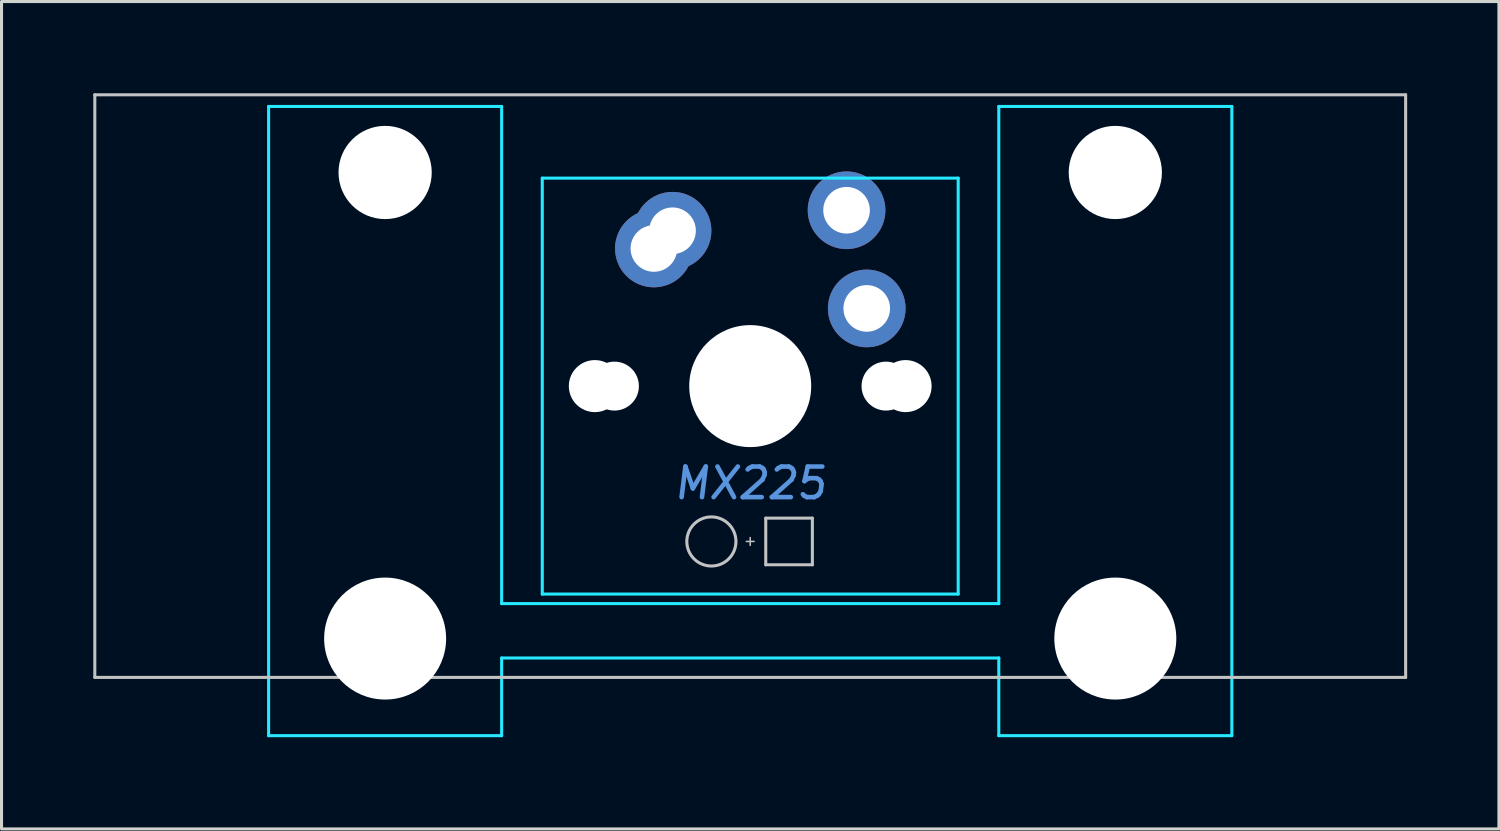
<source format=kicad_pcb>
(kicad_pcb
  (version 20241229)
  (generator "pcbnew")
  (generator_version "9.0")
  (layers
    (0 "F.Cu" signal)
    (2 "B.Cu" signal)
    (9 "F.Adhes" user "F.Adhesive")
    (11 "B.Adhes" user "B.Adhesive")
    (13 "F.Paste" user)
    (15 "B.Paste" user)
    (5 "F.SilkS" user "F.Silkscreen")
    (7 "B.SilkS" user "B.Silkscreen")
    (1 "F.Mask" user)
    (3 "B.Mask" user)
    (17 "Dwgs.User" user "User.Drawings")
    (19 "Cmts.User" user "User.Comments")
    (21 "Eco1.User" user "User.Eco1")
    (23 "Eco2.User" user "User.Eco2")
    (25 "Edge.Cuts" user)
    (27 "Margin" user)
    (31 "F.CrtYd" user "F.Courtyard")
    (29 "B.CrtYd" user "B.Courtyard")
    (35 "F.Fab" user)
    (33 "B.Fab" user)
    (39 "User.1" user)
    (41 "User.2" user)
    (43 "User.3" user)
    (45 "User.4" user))
  (footprint "MX225"
    (layer "F.Cu")
    (at 21.481 9.575)
    (property "Reference" "MX225" (at 0 3.175 0) (layer "Cmts.User") (effects (font (size 1 1) (thickness 0.15) (italic yes))))
    (attr through_hole)
    (fp_line (start -21.431 -9.525) (end -21.431 9.525) (stroke (width 0.1) (type solid)) (layer "Dwgs.User"))
    (fp_line (start -21.431 -9.525) (end 21.431 -9.525) (stroke (width 0.1) (type solid)) (layer "Dwgs.User"))
    (fp_line (start -21.431 9.525) (end 21.431 9.525) (stroke (width 0.1) (type solid)) (layer "Dwgs.User"))
    (fp_line (start -0.127 5.08) (end 0.127 5.08) (stroke (width 0.05) (type solid)) (layer "Dwgs.User"))
    (fp_line (start 0 5.207) (end 0 4.953) (stroke (width 0.05) (type solid)) (layer "Dwgs.User"))
    (fp_line (start 0.508 4.318) (end 0.508 5.842) (stroke (width 0.1) (type solid)) (layer "Dwgs.User"))
    (fp_line (start 0.508 4.318) (end 2.032 4.318) (stroke (width 0.1) (type solid)) (layer "Dwgs.User"))
    (fp_line (start 0.508 5.842) (end 2.032 5.842) (stroke (width 0.1) (type solid)) (layer "Dwgs.User"))
    (fp_line (start 2.032 5.842) (end 2.032 4.318) (stroke (width 0.1) (type solid)) (layer "Dwgs.User"))
    (fp_line (start 21.431 -9.525) (end 21.431 9.525) (stroke (width 0.1) (type solid)) (layer "Dwgs.User"))
    (fp_circle (center -1.27 5.08) (end -0.467 5.08) (stroke (width 0.1) (type solid)) (fill no) (layer "Dwgs.User"))
    (fp_line (start -17.17 -0.889) (end -17.17 -2.921) (stroke (width 0.1) (type solid)) (layer "Eco1.User"))
    (fp_line (start -16.789 -3.302) (end -16.535 -3.302) (stroke (width 0.1) (type solid)) (layer "Eco1.User"))
    (fp_line (start -16.535 -0.508) (end -16.789 -0.508) (stroke (width 0.1) (type solid)) (layer "Eco1.User"))
    (fp_line (start -16.154 -3.683) (end -16.154 -5.309) (stroke (width 0.1) (type solid)) (layer "Eco1.User"))
    (fp_line (start -16.154 6.223) (end -16.154 -0.127) (stroke (width 0.1) (type solid)) (layer "Eco1.User"))
    (fp_line (start -15.773 -5.69) (end -9.881 -5.69) (stroke (width 0.1) (type solid)) (layer "Eco1.User"))
    (fp_line (start -14.732 6.604) (end -15.773 6.604) (stroke (width 0.1) (type solid)) (layer "Eco1.User"))
    (fp_line (start -14.351 7.391) (end -14.351 6.985) (stroke (width 0.1) (type solid)) (layer "Eco1.User"))
    (fp_line (start -11.684 7.772) (end -13.97 7.772) (stroke (width 0.1) (type solid)) (layer "Eco1.User"))
    (fp_line (start -11.303 6.985) (end -11.303 7.391) (stroke (width 0.1) (type solid)) (layer "Eco1.User"))
    (fp_line (start -9.881 6.604) (end -10.922 6.604) (stroke (width 0.1) (type solid)) (layer "Eco1.User"))
    (fp_line (start -9.5 -5.309) (end -9.5 -5.258) (stroke (width 0.1) (type solid)) (layer "Eco1.User"))
    (fp_line (start -9.5 6.198) (end -9.5 6.223) (stroke (width 0.1) (type solid)) (layer "Eco1.User"))
    (fp_line (start -9.119 -4.877) (end -7.366 -4.877) (stroke (width 0.1) (type solid)) (layer "Eco1.User"))
    (fp_line (start -7.366 5.817) (end -9.119 5.817) (stroke (width 0.1) (type solid)) (layer "Eco1.User"))
    (fp_line (start -6.985 -5.258) (end -6.985 -6.604) (stroke (width 0.1) (type solid)) (layer "Eco1.User"))
    (fp_line (start -6.985 6.604) (end -6.985 6.197) (stroke (width 0.1) (type solid)) (layer "Eco1.User"))
    (fp_line (start -6.604 -6.985) (end 6.604 -6.985) (stroke (width 0.1) (type solid)) (layer "Eco1.User"))
    (fp_line (start 0 -2.159) (end 0 2.159) (stroke (width 0.1) (type solid)) (layer "Eco1.User"))
    (fp_line (start 2.159 0) (end -2.159 0) (stroke (width 0.1) (type solid)) (layer "Eco1.User"))
    (fp_line (start 6.604 6.985) (end -6.604 6.985) (stroke (width 0.1) (type solid)) (layer "Eco1.User"))
    (fp_line (start 6.985 -5.258) (end 6.985 -6.604) (stroke (width 0.1) (type solid)) (layer "Eco1.User"))
    (fp_line (start 6.985 6.604) (end 6.985 6.197) (stroke (width 0.1) (type solid)) (layer "Eco1.User"))
    (fp_line (start 7.366 5.817) (end 9.119 5.817) (stroke (width 0.1) (type solid)) (layer "Eco1.User"))
    (fp_line (start 9.119 -4.877) (end 7.366 -4.877) (stroke (width 0.1) (type solid)) (layer "Eco1.User"))
    (fp_line (start 9.5 -5.309) (end 9.5 -5.258) (stroke (width 0.1) (type solid)) (layer "Eco1.User"))
    (fp_line (start 9.5 6.198) (end 9.5 6.223) (stroke (width 0.1) (type solid)) (layer "Eco1.User"))
    (fp_line (start 9.881 6.604) (end 10.922 6.604) (stroke (width 0.1) (type solid)) (layer "Eco1.User"))
    (fp_line (start 11.303 6.985) (end 11.303 7.391) (stroke (width 0.1) (type solid)) (layer "Eco1.User"))
    (fp_line (start 11.684 7.772) (end 13.97 7.772) (stroke (width 0.1) (type solid)) (layer "Eco1.User"))
    (fp_line (start 14.351 7.391) (end 14.351 6.985) (stroke (width 0.1) (type solid)) (layer "Eco1.User"))
    (fp_line (start 14.732 6.604) (end 15.773 6.604) (stroke (width 0.1) (type solid)) (layer "Eco1.User"))
    (fp_line (start 15.773 -5.69) (end 9.881 -5.69) (stroke (width 0.1) (type solid)) (layer "Eco1.User"))
    (fp_line (start 16.154 -3.683) (end 16.154 -5.309) (stroke (width 0.1) (type solid)) (layer "Eco1.User"))
    (fp_line (start 16.154 6.223) (end 16.154 -0.127) (stroke (width 0.1) (type solid)) (layer "Eco1.User"))
    (fp_line (start 16.535 -0.508) (end 16.789 -0.508) (stroke (width 0.1) (type solid)) (layer "Eco1.User"))
    (fp_line (start 16.789 -3.302) (end 16.535 -3.302) (stroke (width 0.1) (type solid)) (layer "Eco1.User"))
    (fp_line (start 17.17 -0.889) (end 17.17 -2.921) (stroke (width 0.1) (type solid)) (layer "Eco1.User"))
    (fp_arc (start -17.1704 -2.921) (mid -17.058808 -3.190408) (end -16.7894 -3.302) (stroke (width 0.1) (type solid)) (layer "Eco1.User"))
    (fp_arc (start -16.7894 -0.508) (mid -17.058808 -0.619592) (end -17.1704 -0.889) (stroke (width 0.1) (type solid)) (layer "Eco1.User"))
    (fp_arc (start -16.5354 -0.508) (mid -16.265992 -0.396408) (end -16.1544 -0.127) (stroke (width 0.1) (type solid)) (layer "Eco1.User"))
    (fp_arc (start -16.1544 -5.3086) (mid -16.042808 -5.578008) (end -15.7734 -5.6896) (stroke (width 0.1) (type solid)) (layer "Eco1.User"))
    (fp_arc (start -16.1544 -3.683) (mid -16.265992 -3.413592) (end -16.5354 -3.302) (stroke (width 0.1) (type solid)) (layer "Eco1.User"))
    (fp_arc (start -15.7734 6.604) (mid -16.042808 6.492408) (end -16.1544 6.223) (stroke (width 0.1) (type solid)) (layer "Eco1.User"))
    (fp_arc (start -14.732 6.604) (mid -14.462592 6.715592) (end -14.351 6.985) (stroke (width 0.1) (type solid)) (layer "Eco1.User"))
    (fp_arc (start -13.97 7.7724) (mid -14.239408 7.660808) (end -14.351 7.3914) (stroke (width 0.1) (type solid)) (layer "Eco1.User"))
    (fp_arc (start -11.303 6.985) (mid -11.191408 6.715592) (end -10.922 6.604) (stroke (width 0.1) (type solid)) (layer "Eco1.User"))
    (fp_arc (start -11.303 7.3914) (mid -11.414592 7.660808) (end -11.684 7.7724) (stroke (width 0.1) (type solid)) (layer "Eco1.User"))
    (fp_arc (start -9.8806 -5.6896) (mid -9.611192 -5.578008) (end -9.4996 -5.3086) (stroke (width 0.1) (type solid)) (layer "Eco1.User"))
    (fp_arc (start -9.4996 6.1976) (mid -9.388008 5.928192) (end -9.1186 5.8166) (stroke (width 0.1) (type solid)) (layer "Eco1.User"))
    (fp_arc (start -9.4996 6.223) (mid -9.611192 6.492408) (end -9.8806 6.604) (stroke (width 0.1) (type solid)) (layer "Eco1.User"))
    (fp_arc (start -9.1186 -4.8768) (mid -9.388008 -4.988392) (end -9.4996 -5.2578) (stroke (width 0.1) (type solid)) (layer "Eco1.User"))
    (fp_arc (start -7.366 5.8166) (mid -7.096592 5.928192) (end -6.985 6.1976) (stroke (width 0.1) (type solid)) (layer "Eco1.User"))
    (fp_arc (start -6.985 -6.604) (mid -6.873408 -6.873408) (end -6.604 -6.985) (stroke (width 0.1) (type solid)) (layer "Eco1.User"))
    (fp_arc (start -6.985 -5.2578) (mid -7.096592 -4.988392) (end -7.366 -4.8768) (stroke (width 0.1) (type solid)) (layer "Eco1.User"))
    (fp_arc (start -6.604 6.985) (mid -6.873408 6.873408) (end -6.985 6.604) (stroke (width 0.1) (type solid)) (layer "Eco1.User"))
    (fp_arc (start 6.604 -6.985) (mid 6.873408 -6.873408) (end 6.985 -6.604) (stroke (width 0.1) (type solid)) (layer "Eco1.User"))
    (fp_arc (start 6.985 6.1976) (mid 7.096592 5.928192) (end 7.366 5.8166) (stroke (width 0.1) (type solid)) (layer "Eco1.User"))
    (fp_arc (start 6.985 6.604) (mid 6.873408 6.873408) (end 6.604 6.985) (stroke (width 0.1) (type solid)) (layer "Eco1.User"))
    (fp_arc (start 7.366 -4.8768) (mid 7.096592 -4.988392) (end 6.985 -5.2578) (stroke (width 0.1) (type solid)) (layer "Eco1.User"))
    (fp_arc (start 9.1186 5.8166) (mid 9.388008 5.928192) (end 9.4996 6.1976) (stroke (width 0.1) (type solid)) (layer "Eco1.User"))
    (fp_arc (start 9.4996 -5.3086) (mid 9.611192 -5.578008) (end 9.8806 -5.6896) (stroke (width 0.1) (type solid)) (layer "Eco1.User"))
    (fp_arc (start 9.4996 -5.2578) (mid 9.388008 -4.988392) (end 9.1186 -4.8768) (stroke (width 0.1) (type solid)) (layer "Eco1.User"))
    (fp_arc (start 9.8806 6.604) (mid 9.611192 6.492408) (end 9.4996 6.223) (stroke (width 0.1) (type solid)) (layer "Eco1.User"))
    (fp_arc (start 10.922 6.604) (mid 11.191408 6.715592) (end 11.303 6.985) (stroke (width 0.1) (type solid)) (layer "Eco1.User"))
    (fp_arc (start 11.684 7.7724) (mid 11.414592 7.660808) (end 11.303 7.3914) (stroke (width 0.1) (type solid)) (layer "Eco1.User"))
    (fp_arc (start 14.351 6.985) (mid 14.462592 6.715592) (end 14.732 6.604) (stroke (width 0.1) (type solid)) (layer "Eco1.User"))
    (fp_arc (start 14.351 7.3914) (mid 14.239408 7.660808) (end 13.97 7.7724) (stroke (width 0.1) (type solid)) (layer "Eco1.User"))
    (fp_arc (start 15.7734 -5.6896) (mid 16.042808 -5.578008) (end 16.1544 -5.3086) (stroke (width 0.1) (type solid)) (layer "Eco1.User"))
    (fp_arc (start 16.1544 -0.127) (mid 16.265992 -0.396408) (end 16.5354 -0.508) (stroke (width 0.1) (type solid)) (layer "Eco1.User"))
    (fp_arc (start 16.1544 6.223) (mid 16.042808 6.492408) (end 15.7734 6.604) (stroke (width 0.1) (type solid)) (layer "Eco1.User"))
    (fp_arc (start 16.5354 -3.302) (mid 16.265992 -3.413592) (end 16.1544 -3.683) (stroke (width 0.1) (type solid)) (layer "Eco1.User"))
    (fp_arc (start 16.7894 -3.302) (mid 17.058808 -3.190408) (end 17.1704 -2.921) (stroke (width 0.1) (type solid)) (layer "Eco1.User"))
    (fp_arc (start 17.1704 -0.889) (mid 17.058808 -0.619592) (end 16.7894 -0.508) (stroke (width 0.1) (type solid)) (layer "Eco1.User"))
    (fp_circle (center 0 0) (end 1.994 0) (stroke (width 0.1) (type solid)) (fill no) (layer "Eco1.User"))
    (fp_line (start -15.748 -9.144) (end -8.128 -9.144) (stroke (width 0.1) (type solid)) (layer "B.CrtYd"))
    (fp_line (start -15.748 11.43) (end -15.748 -9.144) (stroke (width 0.1) (type solid)) (layer "B.CrtYd"))
    (fp_line (start -8.128 -9.144) (end -8.128 7.112) (stroke (width 0.1) (type solid)) (layer "B.CrtYd"))
    (fp_line (start -8.128 7.112) (end 8.128 7.112) (stroke (width 0.1) (type solid)) (layer "B.CrtYd"))
    (fp_line (start -8.128 8.89) (end 8.128 8.89) (stroke (width 0.1) (type solid)) (layer "B.CrtYd"))
    (fp_line (start -8.128 11.43) (end -15.748 11.43) (stroke (width 0.1) (type solid)) (layer "B.CrtYd"))
    (fp_line (start -8.128 11.43) (end -8.128 8.89) (stroke (width 0.1) (type solid)) (layer "B.CrtYd"))
    (fp_line (start -6.8 6.8) (end -6.8 -6.8) (stroke (width 0.1) (type solid)) (layer "B.CrtYd"))
    (fp_line (start 6.8 -6.8) (end -6.8 -6.8) (stroke (width 0.1) (type solid)) (layer "B.CrtYd"))
    (fp_line (start 6.8 6.8) (end -6.8 6.8) (stroke (width 0.1) (type solid)) (layer "B.CrtYd"))
    (fp_line (start 6.8 6.8) (end 6.8 -6.8) (stroke (width 0.1) (type solid)) (layer "B.CrtYd"))
    (fp_line (start 8.128 -9.144) (end 8.128 7.112) (stroke (width 0.1) (type solid)) (layer "B.CrtYd"))
    (fp_line (start 8.128 -9.144) (end 15.748 -9.144) (stroke (width 0.1) (type solid)) (layer "B.CrtYd"))
    (fp_line (start 8.128 11.43) (end 8.128 8.89) (stroke (width 0.1) (type solid)) (layer "B.CrtYd"))
    (fp_line (start 15.748 -9.144) (end 15.748 11.43) (stroke (width 0.1) (type solid)) (layer "B.CrtYd"))
    (fp_line (start 15.748 11.43) (end 8.128 11.43) (stroke (width 0.1) (type solid)) (layer "B.CrtYd"))
    (pad "" np_thru_hole circle (at -11.938 -6.985) (size 3.048 3.048) (drill 3.048) (layers "*.Cu" "*.Mask"))
    (pad "" np_thru_hole circle (at -11.938 8.255) (size 3.988 3.988) (drill 3.988) (layers "*.Cu" "*.Mask"))
    (pad "" np_thru_hole circle (at -5.08 0) (size 1.702 1.702) (drill 1.702) (layers "*.Cu" "*.Mask"))
    (pad "" np_thru_hole circle (at -4.44 0) (size 1.6 1.6) (drill 1.6) (layers "*.Cu" "*.Mask"))
    (pad "" np_thru_hole circle (at 0 0) (size 3.988 3.988) (drill 3.988) (layers "*.Cu" "*.Mask"))
    (pad "" np_thru_hole circle (at 4.44 0) (size 1.6 1.6) (drill 1.6) (layers "*.Cu" "*.Mask"))
    (pad "" np_thru_hole circle (at 5.08 0) (size 1.702 1.702) (drill 1.702) (layers "*.Cu" "*.Mask"))
    (pad "" np_thru_hole circle (at 11.938 -6.985) (size 3.048 3.048) (drill 3.048) (layers "*.Cu" "*.Mask"))
    (pad "" np_thru_hole circle (at 11.938 8.255) (size 3.988 3.988) (drill 3.988) (layers "*.Cu" "*.Mask"))
    (pad "1" thru_hole circle (at -3.15 -4.5) (size 2.54 2.54) (drill 1.524) (layers "*.Cu" "*.Mask"))
    (pad "1" thru_hole circle (at -2.54 -5.08) (size 2.54 2.54) (drill 1.524) (layers "*.Cu" "*.Mask"))
    (pad "2" thru_hole circle (at 3.15 -5.75) (size 2.54 2.54) (drill 1.524) (layers "*.Cu" "*.Mask"))
    (pad "2" thru_hole circle (at 3.81 -2.54) (size 2.54 2.54) (drill 1.524) (layers "*.Cu" "*.Mask")))
  (gr_rect
    (start -3 -3)
    (end 45.962 24.055)
    (stroke (width 0.1) (type default))
    (fill no)
    (layer "Edge.Cuts")))
</source>
